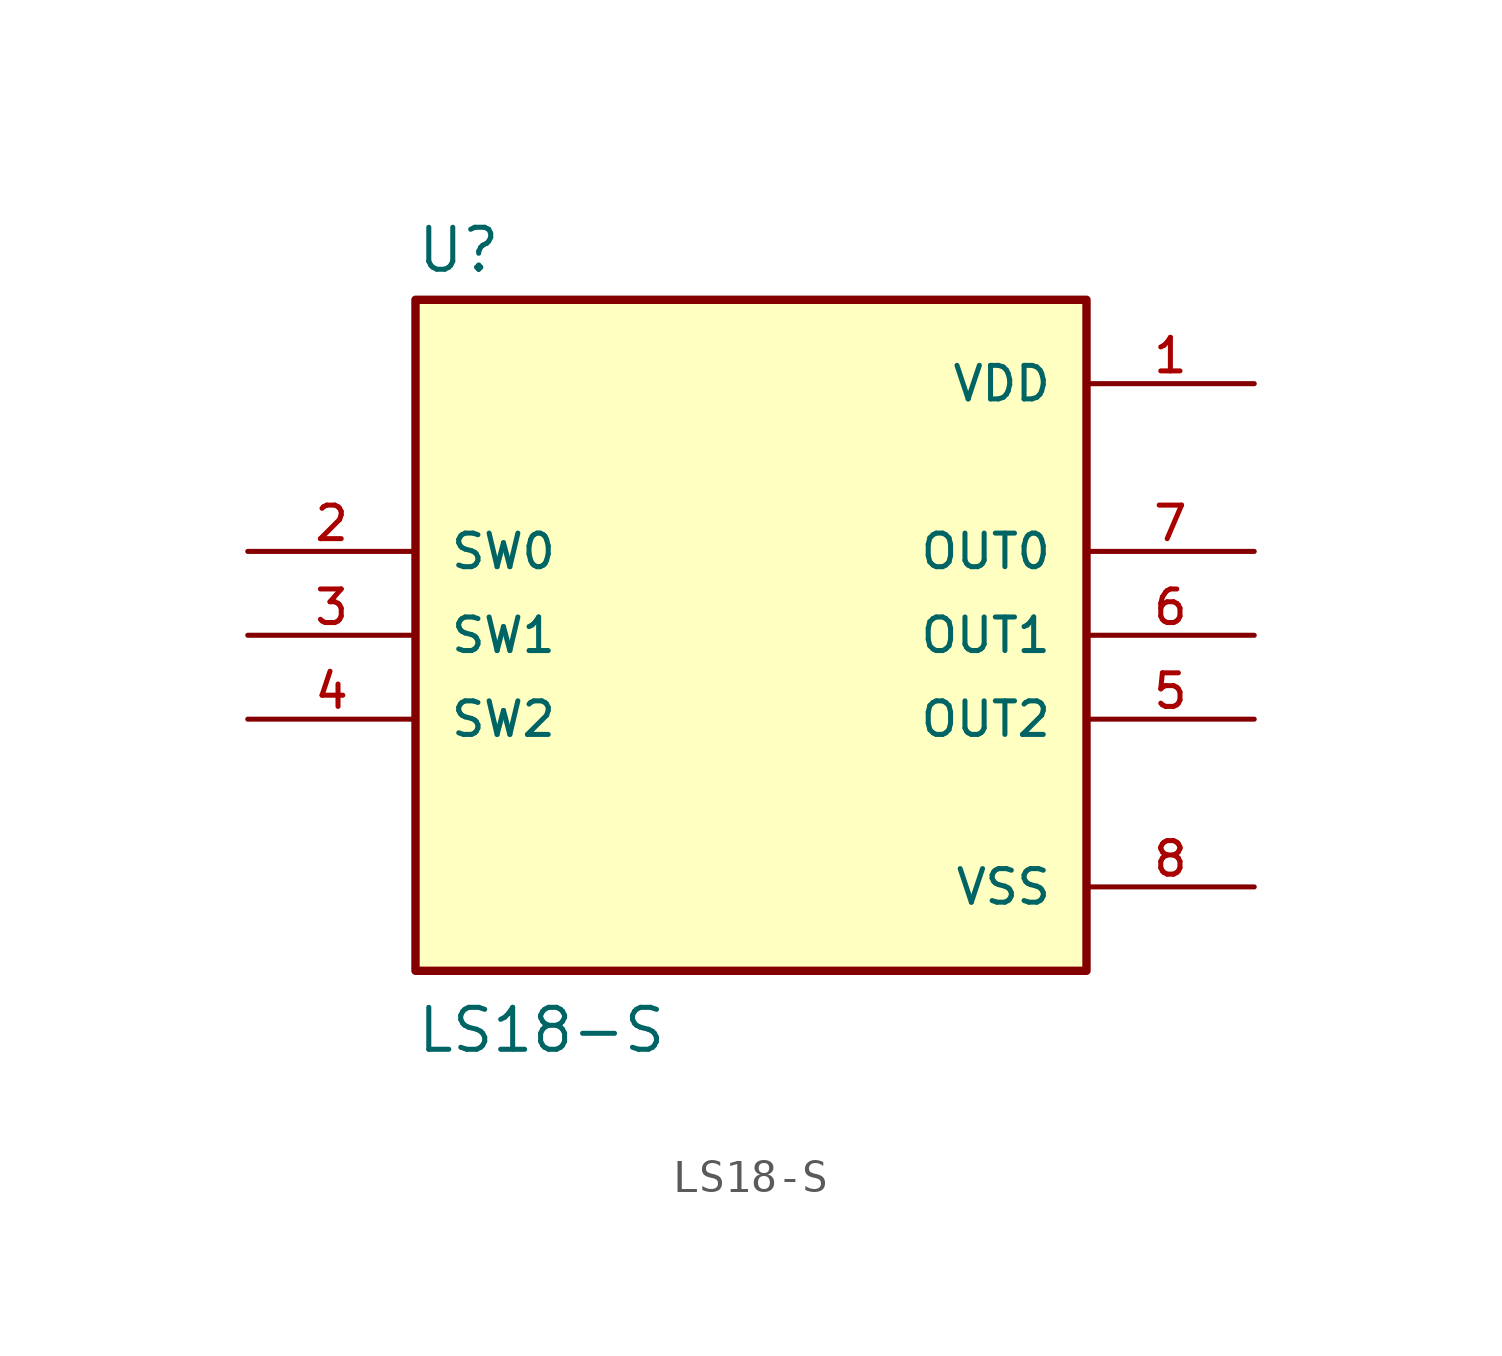
<source format=kicad_sym>
(kicad_symbol_lib
  (version 20231120)
  (generator "kicad_symbol_editor")
  (generator_version "8.0")
  (symbol "LS18-S"
    (pin_names
      (offset 1.016))
    (property "Reference" "U"
      (at -10.16 10.922 0)
      (effects (font (size 1.27 1.27)) (justify left bottom)))
    (property "Value" "LS18-S"
      (at -10.16 -12.7 0)
      (effects (font (size 1.27 1.27)) (justify left bottom)))
    (symbol "LS18-S_0_0"
      (rectangle (start -10.16 -10.16) (end 10.16 10.16) (stroke (width 0.254) (type default)) (fill (type background)))
      (pin power_in line (at 15.24 7.62 180) (length 5.08) (name "VDD" (effects (font (size 1.016 1.016)))) (number "1" (effects (font (size 1.016 1.016)))))
      (pin input line (at -15.24 2.54 0) (length 5.08) (name "SW0" (effects (font (size 1.016 1.016)))) (number "2" (effects (font (size 1.016 1.016)))))
      (pin input line (at -15.24 0 0) (length 5.08) (name "SW1" (effects (font (size 1.016 1.016)))) (number "3" (effects (font (size 1.016 1.016)))))
      (pin input line (at -15.24 -2.54 0) (length 5.08) (name "SW2" (effects (font (size 1.016 1.016)))) (number "4" (effects (font (size 1.016 1.016)))))
      (pin output line (at 15.24 -2.54 180) (length 5.08) (name "OUT2" (effects (font (size 1.016 1.016)))) (number "5" (effects (font (size 1.016 1.016)))))
      (pin output line (at 15.24 0 180) (length 5.08) (name "OUT1" (effects (font (size 1.016 1.016)))) (number "6" (effects (font (size 1.016 1.016)))))
      (pin output line (at 15.24 2.54 180) (length 5.08) (name "OUT0" (effects (font (size 1.016 1.016)))) (number "7" (effects (font (size 1.016 1.016)))))
      (pin power_in line (at 15.24 -7.62 180) (length 5.08) (name "VSS" (effects (font (size 1.016 1.016)))) (number "8" (effects (font (size 1.016 1.016))))))))
</source>
